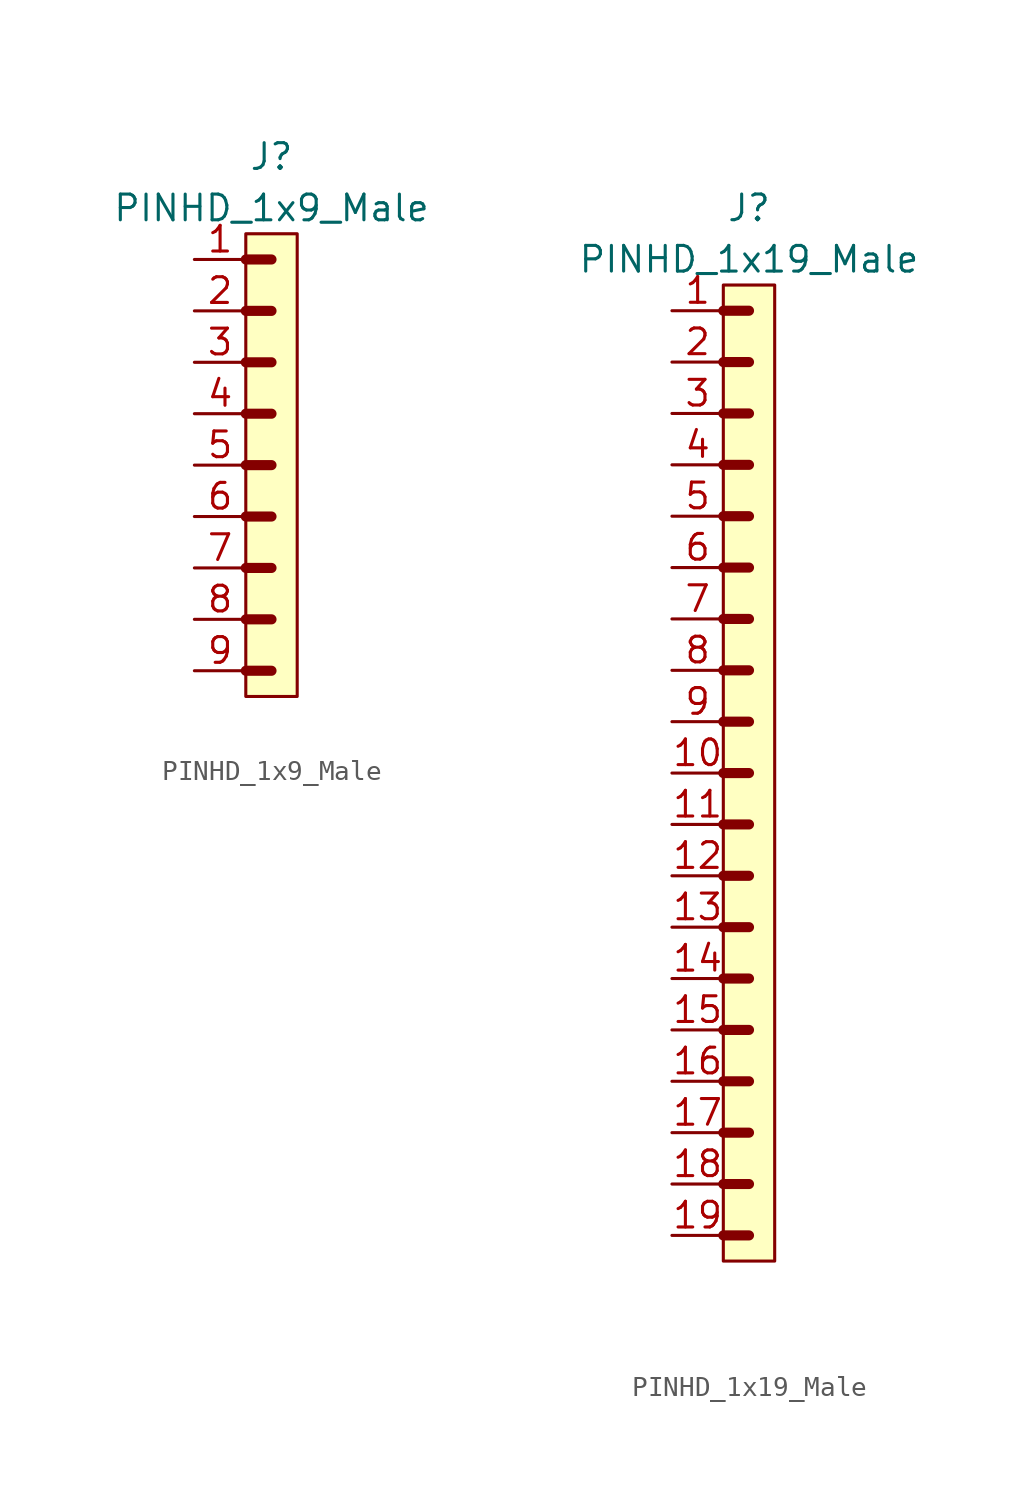
<source format=kicad_sym>
(kicad_symbol_lib
  (version 20220914)
  (generator kicad_symbol_editor)
  (symbol "PINHD_1x9_Male"
    (property "Reference" "J"
      (at 0 15.24 0)
      (effects (font (size 1.27 1.27))))
    (property "Value" "PINHD_1x9_Male"
      (at 0 12.7 0)
      (effects (font (size 1.27 1.27))))
    (symbol "PINHD_1x9_Male_0_1"
      (rectangle (start -1.27 11.43) (end 1.27 -11.43) (stroke (width 0) (type default)) (fill (type background)))
      (polyline (pts (xy -1.27 -10.16) (xy 0 -10.16)) (stroke (width 0.3) (type default)) (fill (type none)))
      (polyline (pts (xy -1.27 -10.16) (xy 0 -10.16)) (stroke (width 0.5) (type default)) (fill (type none)))
      (polyline (pts (xy -1.27 -7.62) (xy 0 -7.62)) (stroke (width 0.3) (type default)) (fill (type none)))
      (polyline (pts (xy -1.27 -7.62) (xy 0 -7.62)) (stroke (width 0.5) (type default)) (fill (type none)))
      (polyline (pts (xy -1.27 -5.08) (xy 0 -5.08)) (stroke (width 0.3) (type default)) (fill (type none)))
      (polyline (pts (xy -1.27 -5.08) (xy 0 -5.08)) (stroke (width 0.5) (type default)) (fill (type none)))
      (polyline (pts (xy -1.27 -2.54) (xy 0 -2.54)) (stroke (width 0.3) (type default)) (fill (type none)))
      (polyline (pts (xy -1.27 -2.54) (xy 0 -2.54)) (stroke (width 0.5) (type default)) (fill (type none)))
      (polyline (pts (xy -1.27 0) (xy 0 0)) (stroke (width 0.3) (type default)) (fill (type none)))
      (polyline (pts (xy -1.27 0) (xy 0 0)) (stroke (width 0.5) (type default)) (fill (type none)))
      (polyline (pts (xy -1.27 2.54) (xy 0 2.54)) (stroke (width 0.3) (type default)) (fill (type none)))
      (polyline (pts (xy -1.27 2.54) (xy 0 2.54)) (stroke (width 0.5) (type default)) (fill (type none)))
      (polyline (pts (xy -1.27 5.08) (xy 0 5.08)) (stroke (width 0.3) (type default)) (fill (type none)))
      (polyline (pts (xy -1.27 5.08) (xy 0 5.08)) (stroke (width 0.5) (type default)) (fill (type none)))
      (polyline (pts (xy -1.27 7.62) (xy 0 7.62)) (stroke (width 0.3) (type default)) (fill (type none)))
      (polyline (pts (xy -1.27 7.62) (xy 0 7.62)) (stroke (width 0.5) (type default)) (fill (type none)))
      (polyline (pts (xy -1.27 10.16) (xy 0 10.16)) (stroke (width 0.3) (type default)) (fill (type none)))
      (polyline (pts (xy -1.27 10.16) (xy 0 10.16)) (stroke (width 0.5) (type default)) (fill (type none))))
    (symbol "PINHD_1x9_Male_1_1"
      (pin passive line (at -3.81 10.16 0) (length 2.54) (name "" (effects (font (size 1.27 1.27)))) (number "1" (effects (font (size 1.27 1.27)))))
      (pin passive line (at -3.81 7.62 0) (length 2.54) (name "" (effects (font (size 1.27 1.27)))) (number "2" (effects (font (size 1.27 1.27)))))
      (pin passive line (at -3.81 5.08 0) (length 2.54) (name "" (effects (font (size 1.27 1.27)))) (number "3" (effects (font (size 1.27 1.27)))))
      (pin passive line (at -3.81 2.54 0) (length 2.54) (name "" (effects (font (size 1.27 1.27)))) (number "4" (effects (font (size 1.27 1.27)))))
      (pin passive line (at -3.81 0 0) (length 2.54) (name "" (effects (font (size 1.27 1.27)))) (number "5" (effects (font (size 1.27 1.27)))))
      (pin passive line (at -3.81 -2.54 0) (length 2.54) (name "" (effects (font (size 1.27 1.27)))) (number "6" (effects (font (size 1.27 1.27)))))
      (pin passive line (at -3.81 -5.08 0) (length 2.54) (name "" (effects (font (size 1.27 1.27)))) (number "7" (effects (font (size 1.27 1.27)))))
      (pin passive line (at -3.81 -7.62 0) (length 2.54) (name "" (effects (font (size 1.27 1.27)))) (number "8" (effects (font (size 1.27 1.27)))))
      (pin passive line (at -3.81 -10.16 0) (length 2.54) (name "" (effects (font (size 1.27 1.27)))) (number "9" (effects (font (size 1.27 1.27)))))))
  (symbol "PINHD_1x19_Male"
    (property "Reference" "J"
      (at 0 27.94 0)
      (effects (font (size 1.27 1.27))))
    (property "Value" "PINHD_1x19_Male"
      (at 0 25.4 0)
      (effects (font (size 1.27 1.27))))
    (symbol "PINHD_1x19_Male_0_1"
      (rectangle (start -1.27 24.13) (end 1.27 -24.13) (stroke (width 0) (type default)) (fill (type background)))
      (polyline (pts (xy -1.27 -22.86) (xy 0 -22.86)) (stroke (width 0.5) (type default)) (fill (type none)))
      (polyline (pts (xy -1.27 -20.32) (xy 0 -20.32)) (stroke (width 0.5) (type default)) (fill (type none)))
      (polyline (pts (xy -1.27 -17.78) (xy 0 -17.78)) (stroke (width 0.5) (type default)) (fill (type none)))
      (polyline (pts (xy -1.27 -15.24) (xy 0 -15.24)) (stroke (width 0.5) (type default)) (fill (type none)))
      (polyline (pts (xy -1.27 -12.7) (xy 0 -12.7)) (stroke (width 0.5) (type default)) (fill (type none)))
      (polyline (pts (xy -1.27 -10.16) (xy 0 -10.16)) (stroke (width 0.5) (type default)) (fill (type none)))
      (polyline (pts (xy -1.27 -7.62) (xy 0 -7.62)) (stroke (width 0.5) (type default)) (fill (type none)))
      (polyline (pts (xy -1.27 -5.08) (xy 0 -5.08)) (stroke (width 0.5) (type default)) (fill (type none)))
      (polyline (pts (xy -1.27 -2.54) (xy 0 -2.54)) (stroke (width 0.5) (type default)) (fill (type none)))
      (polyline (pts (xy -1.27 0) (xy 0 0)) (stroke (width 0.3) (type default)) (fill (type none)))
      (polyline (pts (xy -1.27 0) (xy 0 0)) (stroke (width 0.5) (type default)) (fill (type none)))
      (polyline (pts (xy -1.27 2.54) (xy 0 2.54)) (stroke (width 0.3) (type default)) (fill (type none)))
      (polyline (pts (xy -1.27 2.54) (xy 0 2.54)) (stroke (width 0.5) (type default)) (fill (type none)))
      (polyline (pts (xy -1.27 5.08) (xy 0 5.08)) (stroke (width 0.3) (type default)) (fill (type none)))
      (polyline (pts (xy -1.27 5.08) (xy 0 5.08)) (stroke (width 0.5) (type default)) (fill (type none)))
      (polyline (pts (xy -1.27 7.62) (xy 0 7.62)) (stroke (width 0.3) (type default)) (fill (type none)))
      (polyline (pts (xy -1.27 7.62) (xy 0 7.62)) (stroke (width 0.5) (type default)) (fill (type none)))
      (polyline (pts (xy -1.27 10.16) (xy 0 10.16)) (stroke (width 0.3) (type default)) (fill (type none)))
      (polyline (pts (xy -1.27 10.16) (xy 0 10.16)) (stroke (width 0.5) (type default)) (fill (type none)))
      (polyline (pts (xy -1.27 12.7) (xy 0 12.7)) (stroke (width 0.3) (type default)) (fill (type none)))
      (polyline (pts (xy -1.27 12.7) (xy 0 12.7)) (stroke (width 0.5) (type default)) (fill (type none)))
      (polyline (pts (xy -1.27 15.24) (xy 0 15.24)) (stroke (width 0.3) (type default)) (fill (type none)))
      (polyline (pts (xy -1.27 15.24) (xy 0 15.24)) (stroke (width 0.5) (type default)) (fill (type none)))
      (polyline (pts (xy -1.27 17.78) (xy 0 17.78)) (stroke (width 0.3) (type default)) (fill (type none)))
      (polyline (pts (xy -1.27 17.78) (xy 0 17.78)) (stroke (width 0.5) (type default)) (fill (type none)))
      (polyline (pts (xy -1.27 20.32) (xy 0 20.32)) (stroke (width 0.3) (type default)) (fill (type none)))
      (polyline (pts (xy -1.27 20.32) (xy 0 20.32)) (stroke (width 0.5) (type default)) (fill (type none)))
      (polyline (pts (xy -1.27 22.86) (xy 0 22.86)) (stroke (width 0.5) (type default)) (fill (type none))))
    (symbol "PINHD_1x19_Male_1_1"
      (pin passive line (at -3.81 22.86 0) (length 2.54) (name "" (effects (font (size 1.27 1.27)))) (number "1" (effects (font (size 1.27 1.27)))))
      (pin passive line (at -3.81 0 0) (length 2.54) (name "" (effects (font (size 1.27 1.27)))) (number "10" (effects (font (size 1.27 1.27)))))
      (pin passive line (at -3.81 -2.54 0) (length 2.54) (name "" (effects (font (size 1.27 1.27)))) (number "11" (effects (font (size 1.27 1.27)))))
      (pin passive line (at -3.81 -5.08 0) (length 2.54) (name "" (effects (font (size 1.27 1.27)))) (number "12" (effects (font (size 1.27 1.27)))))
      (pin passive line (at -3.81 -7.62 0) (length 2.54) (name "" (effects (font (size 1.27 1.27)))) (number "13" (effects (font (size 1.27 1.27)))))
      (pin passive line (at -3.81 -10.16 0) (length 2.54) (name "" (effects (font (size 1.27 1.27)))) (number "14" (effects (font (size 1.27 1.27)))))
      (pin passive line (at -3.81 -12.7 0) (length 2.54) (name "" (effects (font (size 1.27 1.27)))) (number "15" (effects (font (size 1.27 1.27)))))
      (pin passive line (at -3.81 -15.24 0) (length 2.54) (name "" (effects (font (size 1.27 1.27)))) (number "16" (effects (font (size 1.27 1.27)))))
      (pin passive line (at -3.81 -17.78 0) (length 2.54) (name "" (effects (font (size 1.27 1.27)))) (number "17" (effects (font (size 1.27 1.27)))))
      (pin passive line (at -3.81 -20.32 0) (length 2.54) (name "" (effects (font (size 1.27 1.27)))) (number "18" (effects (font (size 1.27 1.27)))))
      (pin passive line (at -3.81 -22.86 0) (length 2.54) (name "" (effects (font (size 1.27 1.27)))) (number "19" (effects (font (size 1.27 1.27)))))
      (pin passive line (at -3.81 20.32 0) (length 2.54) (name "" (effects (font (size 1.27 1.27)))) (number "2" (effects (font (size 1.27 1.27)))))
      (pin passive line (at -3.81 17.78 0) (length 2.54) (name "" (effects (font (size 1.27 1.27)))) (number "3" (effects (font (size 1.27 1.27)))))
      (pin passive line (at -3.81 15.24 0) (length 2.54) (name "" (effects (font (size 1.27 1.27)))) (number "4" (effects (font (size 1.27 1.27)))))
      (pin passive line (at -3.81 12.7 0) (length 2.54) (name "" (effects (font (size 1.27 1.27)))) (number "5" (effects (font (size 1.27 1.27)))))
      (pin passive line (at -3.81 10.16 0) (length 2.54) (name "" (effects (font (size 1.27 1.27)))) (number "6" (effects (font (size 1.27 1.27)))))
      (pin passive line (at -3.81 7.62 0) (length 2.54) (name "" (effects (font (size 1.27 1.27)))) (number "7" (effects (font (size 1.27 1.27)))))
      (pin passive line (at -3.81 5.08 0) (length 2.54) (name "" (effects (font (size 1.27 1.27)))) (number "8" (effects (font (size 1.27 1.27)))))
      (pin passive line (at -3.81 2.54 0) (length 2.54) (name "" (effects (font (size 1.27 1.27)))) (number "9" (effects (font (size 1.27 1.27))))))))
</source>
